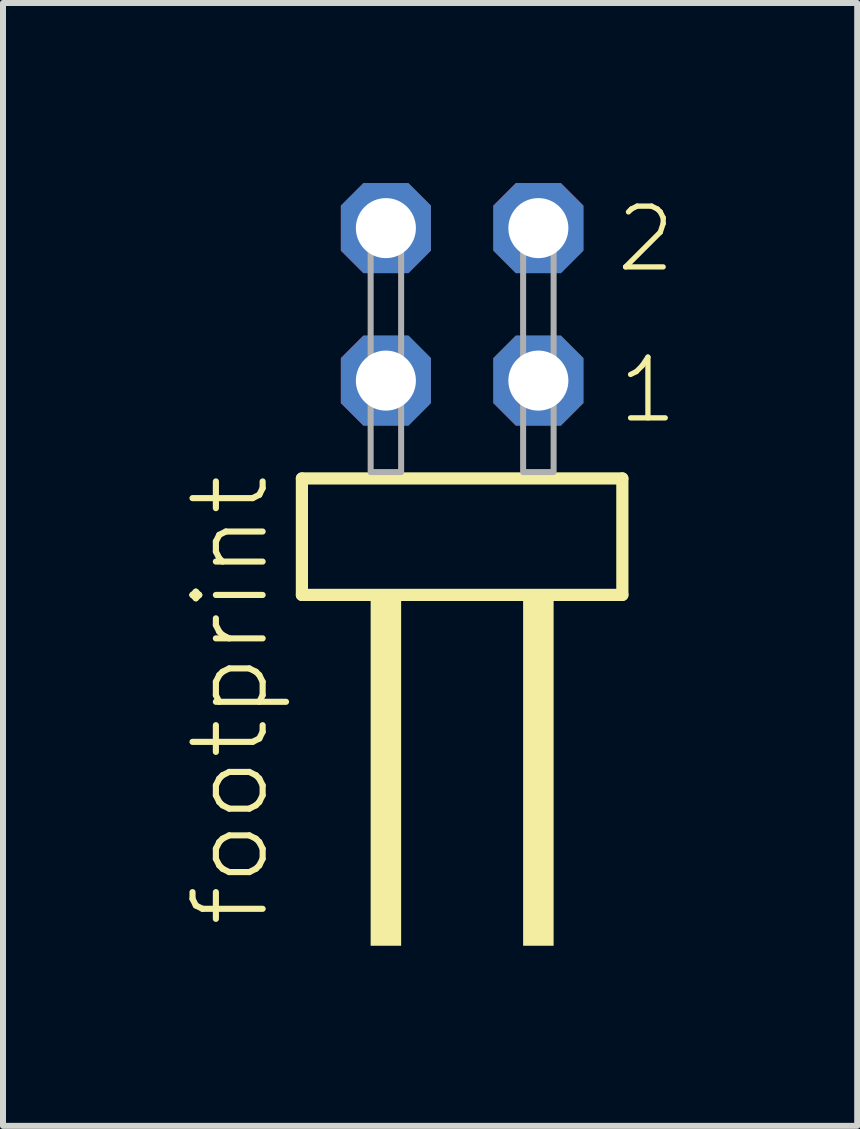
<source format=kicad_pcb>
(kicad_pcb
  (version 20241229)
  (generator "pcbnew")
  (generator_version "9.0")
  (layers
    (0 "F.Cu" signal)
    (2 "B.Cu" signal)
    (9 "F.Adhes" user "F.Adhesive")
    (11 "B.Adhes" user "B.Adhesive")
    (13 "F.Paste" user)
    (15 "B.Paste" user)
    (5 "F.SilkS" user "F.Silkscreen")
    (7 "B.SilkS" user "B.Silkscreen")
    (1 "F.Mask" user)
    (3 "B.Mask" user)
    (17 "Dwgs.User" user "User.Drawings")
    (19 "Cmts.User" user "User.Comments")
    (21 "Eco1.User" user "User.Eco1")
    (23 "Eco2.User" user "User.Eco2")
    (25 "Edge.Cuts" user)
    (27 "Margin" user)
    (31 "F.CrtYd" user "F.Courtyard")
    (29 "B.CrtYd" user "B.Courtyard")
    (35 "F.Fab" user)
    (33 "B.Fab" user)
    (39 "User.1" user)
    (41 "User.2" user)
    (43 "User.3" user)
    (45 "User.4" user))
  (footprint "footprint"
    (layer "F.Cu")
    (at 4.648 4.814)
    (property "Reference" "footprint" (at -3.175 7.62 90) (layer "F.SilkS") (effects (font (size 1.168 1.168) (thickness 0.102)) (justify left bottom)))
    (fp_line (start -2.669 0.106) (end -2.669 2.046) (stroke (width 0.203) (type solid)) (layer "F.SilkS"))
    (fp_line (start -2.669 2.046) (end 2.669 2.046) (stroke (width 0.203) (type solid)) (layer "F.SilkS"))
    (fp_line (start 2.669 0.106) (end -2.669 0.106) (stroke (width 0.203) (type solid)) (layer "F.SilkS"))
    (fp_line (start 2.669 2.046) (end 2.669 0.106) (stroke (width 0.203) (type solid)) (layer "F.SilkS"))
    (fp_poly (pts (xy -1.524 7.89) (xy -1.016 7.89) (xy -1.016 2.04) (xy -1.524 2.04)) (stroke (width 0) (type solid)) (fill yes) (layer "F.SilkS"))
    (fp_poly (pts (xy 1.016 7.89) (xy 1.524 7.89) (xy 1.524 2.04) (xy 1.016 2.04)) (stroke (width 0) (type solid)) (fill yes) (layer "F.SilkS"))
    (fp_poly (pts (xy -1.524 0) (xy -1.016 0) (xy -1.016 -4.318) (xy -1.524 -4.318)) (stroke (width 0.1) (type solid)) (fill no) (layer "F.Fab"))
    (fp_poly (pts (xy 1.016 0) (xy 1.524 0) (xy 1.524 -4.318) (xy 1.016 -4.318)) (stroke (width 0.1) (type solid)) (fill no) (layer "F.Fab"))
    (fp_text user "1" (at 2.555 -0.775 0) (layer "F.SilkS") (effects (font (size 1.012 1.012) (thickness 0.088)) (justify left bottom)))
    (fp_text user "2" (at 2.52 -3.29 0) (layer "F.SilkS") (effects (font (size 1.012 1.012) (thickness 0.088)) (justify left bottom)))
    (pad "1" thru_hole roundrect (at 1.27 -1.524 180) (size 1.5 1.5) (drill 1) (layers "*.Cu" "*.Mask") (roundrect_rratio 0.25) (chamfer_ratio 0.25) (chamfer top_left top_right bottom_left bottom_right))
    (pad "2" thru_hole roundrect (at 1.27 -4.064 180) (size 1.5 1.5) (drill 1) (layers "*.Cu" "*.Mask") (roundrect_rratio 0.25) (chamfer_ratio 0.25) (chamfer top_left top_right bottom_left bottom_right))
    (pad "3" thru_hole roundrect (at -1.27 -1.524 180) (size 1.5 1.5) (drill 1) (layers "*.Cu" "*.Mask") (roundrect_rratio 0.25) (chamfer_ratio 0.25) (chamfer top_left top_right bottom_left bottom_right))
    (pad "4" thru_hole roundrect (at -1.27 -4.064 180) (size 1.5 1.5) (drill 1) (layers "*.Cu" "*.Mask") (roundrect_rratio 0.25) (chamfer_ratio 0.25) (chamfer top_left top_right bottom_left bottom_right)))
  (gr_rect
    (start -3 -3)
    (end 11.229 15.704)
    (stroke (width 0.1) (type default))
    (fill no)
    (layer "Edge.Cuts")))
</source>
